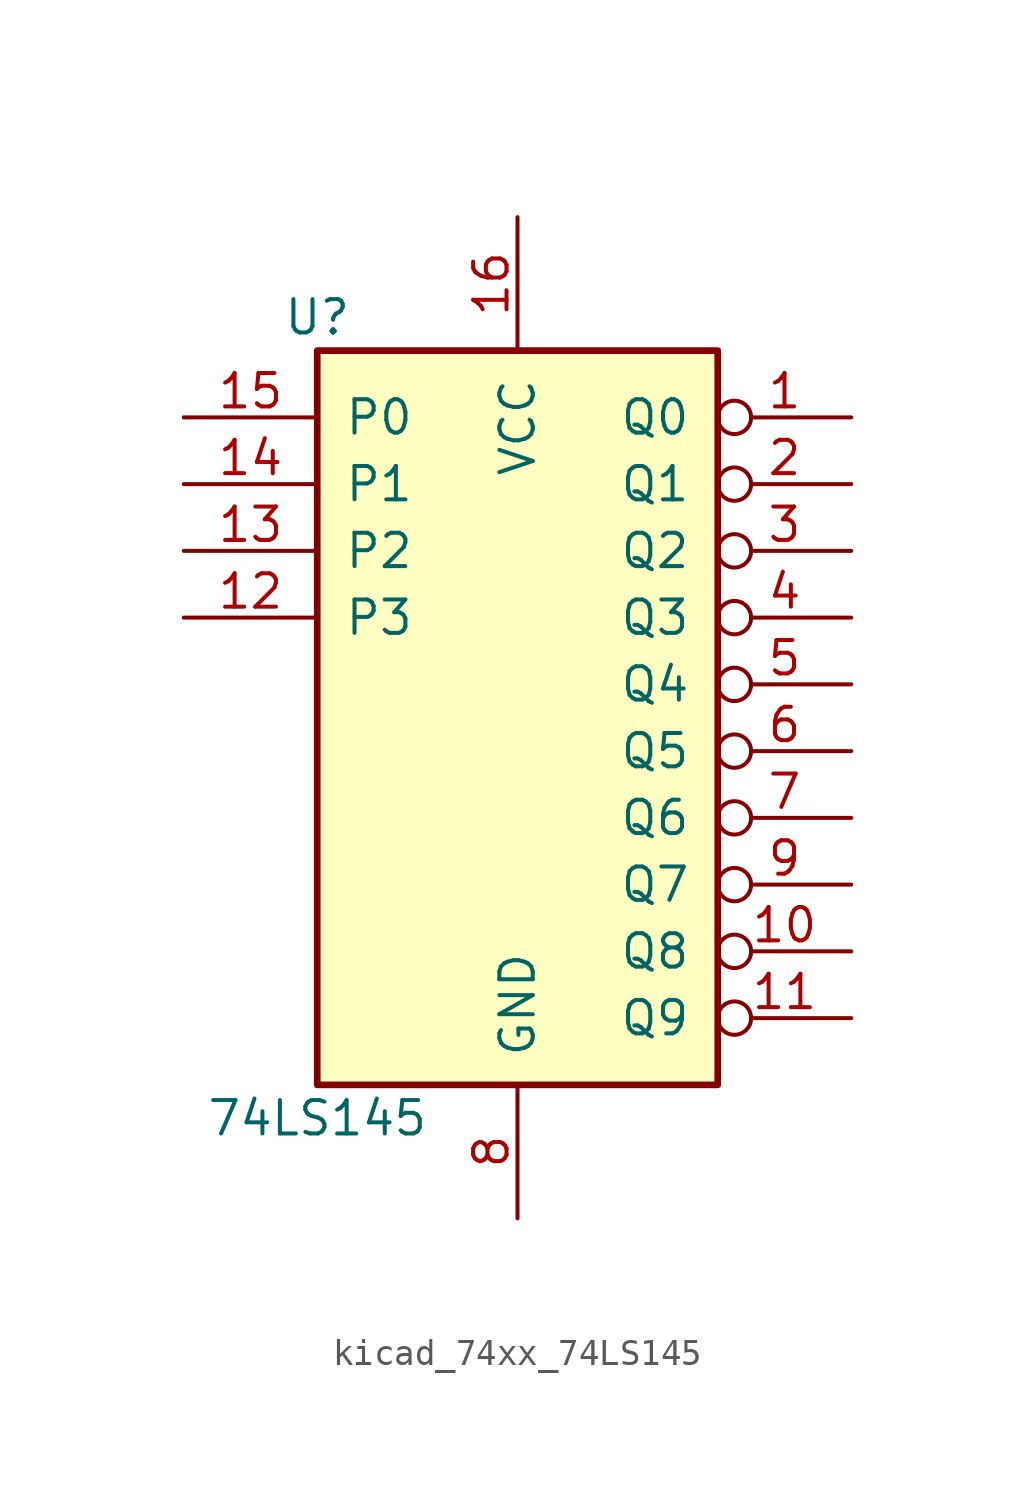
<source format=kicad_sym>
(kicad_symbol_lib
  (version 20220914)
  (generator kicad_symbol_editor)
  (symbol "kicad_74xx_74LS145"
    (pin_names
      (offset 1.016))
    (property "Reference" "U"
      (at -7.62 13.97 0)
      (effects (font (size 1.27 1.27))))
    (property "Value" "74LS145"
      (at -7.62 -16.51 0)
      (effects (font (size 1.27 1.27))))
    (property "ki_locked" ""
      (at 0 0 0)
      (effects (font (size 1.27 1.27))))
    (symbol "kicad_74xx_74LS145_1_0"
      (pin open_collector inverted (at 12.7 10.16 180) (length 5.08) (name "Q0" (effects (font (size 1.27 1.27)))) (number "1" (effects (font (size 1.27 1.27)))))
      (pin open_collector inverted (at 12.7 -10.16 180) (length 5.08) (name "Q8" (effects (font (size 1.27 1.27)))) (number "10" (effects (font (size 1.27 1.27)))))
      (pin open_collector inverted (at 12.7 -12.7 180) (length 5.08) (name "Q9" (effects (font (size 1.27 1.27)))) (number "11" (effects (font (size 1.27 1.27)))))
      (pin input line (at -12.7 2.54 0) (length 5.08) (name "P3" (effects (font (size 1.27 1.27)))) (number "12" (effects (font (size 1.27 1.27)))))
      (pin input line (at -12.7 5.08 0) (length 5.08) (name "P2" (effects (font (size 1.27 1.27)))) (number "13" (effects (font (size 1.27 1.27)))))
      (pin input line (at -12.7 7.62 0) (length 5.08) (name "P1" (effects (font (size 1.27 1.27)))) (number "14" (effects (font (size 1.27 1.27)))))
      (pin input line (at -12.7 10.16 0) (length 5.08) (name "P0" (effects (font (size 1.27 1.27)))) (number "15" (effects (font (size 1.27 1.27)))))
      (pin power_in line (at 0 17.78 270) (length 5.08) (name "VCC" (effects (font (size 1.27 1.27)))) (number "16" (effects (font (size 1.27 1.27)))))
      (pin open_collector inverted (at 12.7 7.62 180) (length 5.08) (name "Q1" (effects (font (size 1.27 1.27)))) (number "2" (effects (font (size 1.27 1.27)))))
      (pin open_collector inverted (at 12.7 5.08 180) (length 5.08) (name "Q2" (effects (font (size 1.27 1.27)))) (number "3" (effects (font (size 1.27 1.27)))))
      (pin open_collector inverted (at 12.7 2.54 180) (length 5.08) (name "Q3" (effects (font (size 1.27 1.27)))) (number "4" (effects (font (size 1.27 1.27)))))
      (pin open_collector inverted (at 12.7 0 180) (length 5.08) (name "Q4" (effects (font (size 1.27 1.27)))) (number "5" (effects (font (size 1.27 1.27)))))
      (pin open_collector inverted (at 12.7 -2.54 180) (length 5.08) (name "Q5" (effects (font (size 1.27 1.27)))) (number "6" (effects (font (size 1.27 1.27)))))
      (pin open_collector inverted (at 12.7 -5.08 180) (length 5.08) (name "Q6" (effects (font (size 1.27 1.27)))) (number "7" (effects (font (size 1.27 1.27)))))
      (pin power_in line (at 0 -20.32 90) (length 5.08) (name "GND" (effects (font (size 1.27 1.27)))) (number "8" (effects (font (size 1.27 1.27)))))
      (pin open_collector inverted (at 12.7 -7.62 180) (length 5.08) (name "Q7" (effects (font (size 1.27 1.27)))) (number "9" (effects (font (size 1.27 1.27))))))
    (symbol "kicad_74xx_74LS145_1_1"
      (rectangle (start -7.62 12.7) (end 7.62 -15.24) (stroke (width 0.254) (type default)) (fill (type background))))))
</source>
